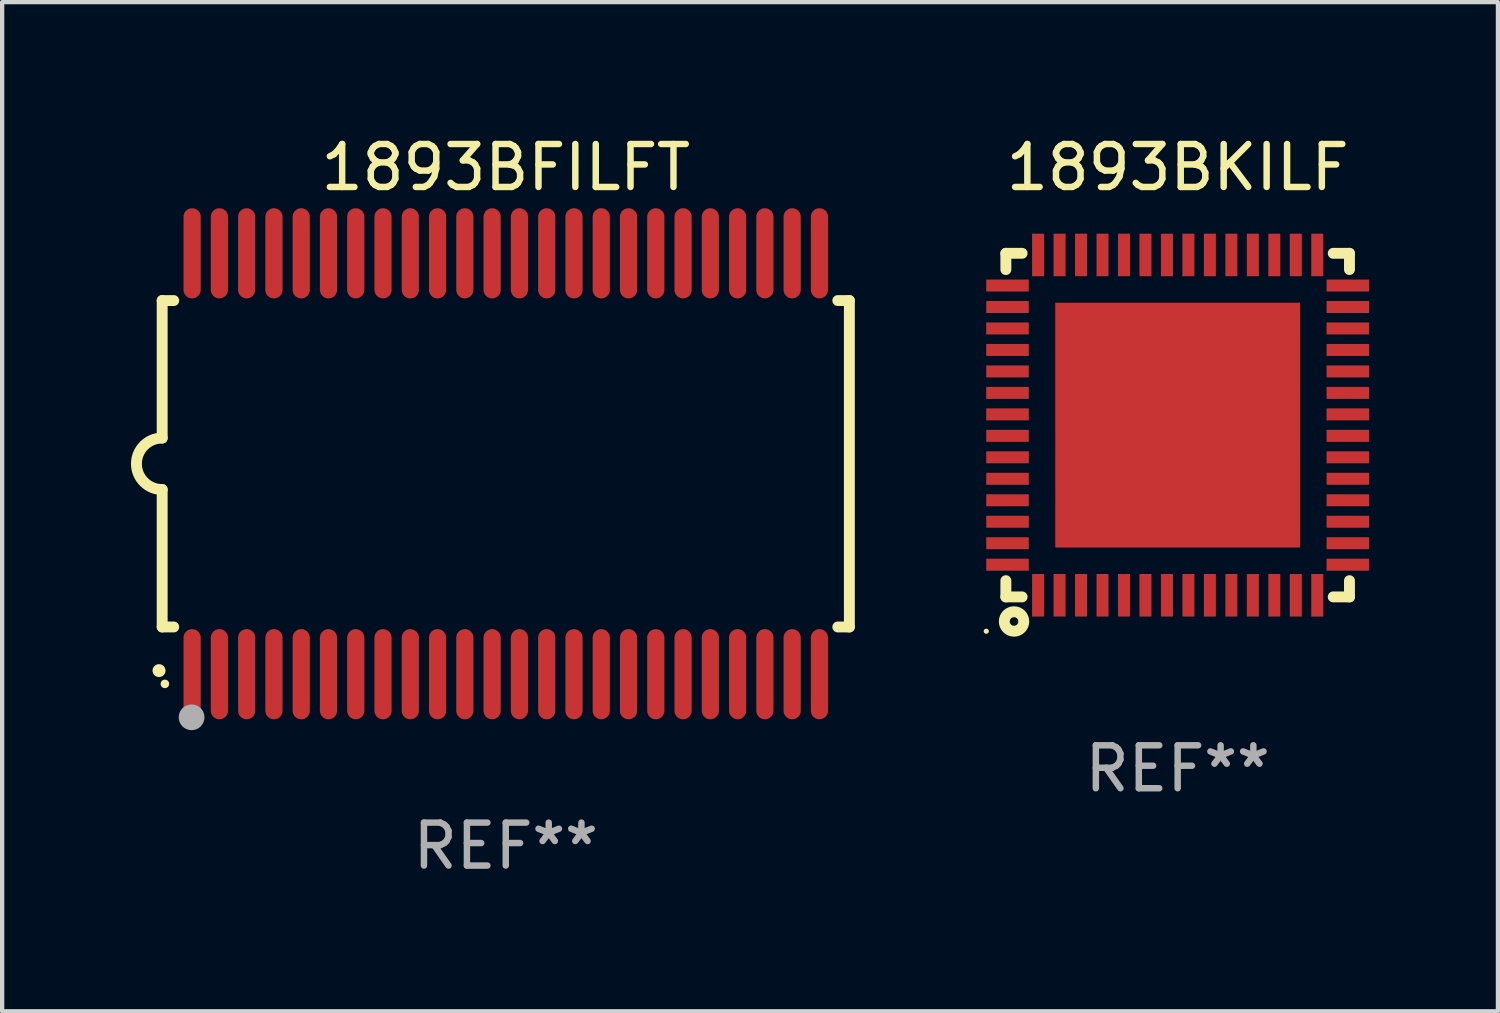
<source format=kicad_pcb>
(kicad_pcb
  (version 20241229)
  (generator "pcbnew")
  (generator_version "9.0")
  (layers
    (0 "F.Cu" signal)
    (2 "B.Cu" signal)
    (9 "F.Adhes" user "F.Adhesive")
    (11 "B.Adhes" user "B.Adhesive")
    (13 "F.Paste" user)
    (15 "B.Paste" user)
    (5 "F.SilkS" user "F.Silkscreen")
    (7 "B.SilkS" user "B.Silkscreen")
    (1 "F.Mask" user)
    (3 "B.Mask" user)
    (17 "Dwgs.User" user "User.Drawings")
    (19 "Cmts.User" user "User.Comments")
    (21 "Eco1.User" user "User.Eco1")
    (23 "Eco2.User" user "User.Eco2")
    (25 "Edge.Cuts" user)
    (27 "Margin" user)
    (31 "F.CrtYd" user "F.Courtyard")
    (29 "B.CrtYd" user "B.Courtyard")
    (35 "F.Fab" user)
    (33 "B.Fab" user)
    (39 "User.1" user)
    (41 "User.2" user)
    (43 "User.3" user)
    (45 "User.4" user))
  (footprint "1893BFILFT"
    (layer "F.Cu")
    (at 8.726 7.748)
    (property "Reference" "1893BFILFT" (at 0 -6.9 0) (layer "F.SilkS") (effects (font (size 1 1) (thickness 0.15))))
    (attr through_hole)
    (fp_line (start -8 -3.8) (end -8 -0.599) (stroke (width 0.254) (type solid)) (layer "F.SilkS"))
    (fp_line (start -8 -3.8) (end -7.731 -3.8) (stroke (width 0.254) (type solid)) (layer "F.SilkS"))
    (fp_line (start -8 3.8) (end -8 0.599) (stroke (width 0.254) (type solid)) (layer "F.SilkS"))
    (fp_line (start -7.731 3.8) (end -8 3.8) (stroke (width 0.254) (type solid)) (layer "F.SilkS"))
    (fp_line (start 7.731 -3.8) (end 8 -3.8) (stroke (width 0.254) (type solid)) (layer "F.SilkS"))
    (fp_line (start 8 -3.8) (end 8 3.8) (stroke (width 0.254) (type solid)) (layer "F.SilkS"))
    (fp_line (start 8 3.8) (end 7.731 3.8) (stroke (width 0.254) (type solid)) (layer "F.SilkS"))
    (fp_arc (start -8.074676 4.81585) (mid -8.073406 4.815845) (end -8.072136 4.81585) (stroke (width 0.3) (type solid)) (layer "F.SilkS"))
    (fp_arc (start -8.000025 0.6) (mid -8.598908 0.00056) (end -8.000027 -0.598882) (stroke (width 0.254001) (type solid)) (layer "F.SilkS"))
    (fp_circle (center -7.937 5.125) (end -7.887 5.125) (stroke (width 0.1) (type solid)) (fill no) (layer "F.SilkS"))
    (fp_circle (center -7.315 5.903) (end -7.165 5.903) (stroke (width 0.3) (type solid)) (fill no) (layer "F.Fab"))
    (fp_text user "REF**" (at 0 8.9 0) (layer "F.Fab") (effects (font (size 1 1) (thickness 0.15))))
    (pad "1" smd oval (at -7.303 4.9) (size 0.4 2.1) (layers "F.Cu" "F.Mask" "F.Paste"))
    (pad "2" smd oval (at -6.668 4.9) (size 0.4 2.1) (layers "F.Cu" "F.Mask" "F.Paste"))
    (pad "3" smd oval (at -6.033 4.9) (size 0.4 2.1) (layers "F.Cu" "F.Mask" "F.Paste"))
    (pad "4" smd oval (at -5.398 4.9) (size 0.4 2.1) (layers "F.Cu" "F.Mask" "F.Paste"))
    (pad "5" smd oval (at -4.763 4.9) (size 0.4 2.1) (layers "F.Cu" "F.Mask" "F.Paste"))
    (pad "6" smd oval (at -4.128 4.9) (size 0.4 2.1) (layers "F.Cu" "F.Mask" "F.Paste"))
    (pad "7" smd oval (at -3.493 4.9) (size 0.4 2.1) (layers "F.Cu" "F.Mask" "F.Paste"))
    (pad "8" smd oval (at -2.858 4.9) (size 0.4 2.1) (layers "F.Cu" "F.Mask" "F.Paste"))
    (pad "9" smd oval (at -2.223 4.9) (size 0.4 2.1) (layers "F.Cu" "F.Mask" "F.Paste"))
    (pad "10" smd oval (at -1.588 4.9) (size 0.4 2.1) (layers "F.Cu" "F.Mask" "F.Paste"))
    (pad "11" smd oval (at -0.953 4.9) (size 0.4 2.1) (layers "F.Cu" "F.Mask" "F.Paste"))
    (pad "12" smd oval (at -0.318 4.9) (size 0.4 2.1) (layers "F.Cu" "F.Mask" "F.Paste"))
    (pad "13" smd oval (at 0.318 4.9) (size 0.4 2.1) (layers "F.Cu" "F.Mask" "F.Paste"))
    (pad "14" smd oval (at 0.953 4.9) (size 0.4 2.1) (layers "F.Cu" "F.Mask" "F.Paste"))
    (pad "15" smd oval (at 1.588 4.9) (size 0.4 2.1) (layers "F.Cu" "F.Mask" "F.Paste"))
    (pad "16" smd oval (at 2.223 4.9) (size 0.4 2.1) (layers "F.Cu" "F.Mask" "F.Paste"))
    (pad "17" smd oval (at 2.858 4.9) (size 0.4 2.1) (layers "F.Cu" "F.Mask" "F.Paste"))
    (pad "18" smd oval (at 3.493 4.9) (size 0.4 2.1) (layers "F.Cu" "F.Mask" "F.Paste"))
    (pad "19" smd oval (at 4.128 4.9) (size 0.4 2.1) (layers "F.Cu" "F.Mask" "F.Paste"))
    (pad "20" smd oval (at 4.763 4.9) (size 0.4 2.1) (layers "F.Cu" "F.Mask" "F.Paste"))
    (pad "21" smd oval (at 5.398 4.9) (size 0.4 2.1) (layers "F.Cu" "F.Mask" "F.Paste"))
    (pad "22" smd oval (at 6.033 4.9) (size 0.4 2.1) (layers "F.Cu" "F.Mask" "F.Paste"))
    (pad "23" smd oval (at 6.668 4.9) (size 0.4 2.1) (layers "F.Cu" "F.Mask" "F.Paste"))
    (pad "24" smd oval (at 7.303 4.9) (size 0.4 2.1) (layers "F.Cu" "F.Mask" "F.Paste"))
    (pad "25" smd oval (at 7.303 -4.9 180) (size 0.4 2.1) (layers "F.Cu" "F.Mask" "F.Paste"))
    (pad "26" smd oval (at 6.668 -4.9 180) (size 0.4 2.1) (layers "F.Cu" "F.Mask" "F.Paste"))
    (pad "27" smd oval (at 6.033 -4.9 180) (size 0.4 2.1) (layers "F.Cu" "F.Mask" "F.Paste"))
    (pad "28" smd oval (at 5.398 -4.9 180) (size 0.4 2.1) (layers "F.Cu" "F.Mask" "F.Paste"))
    (pad "29" smd oval (at 4.763 -4.9 180) (size 0.4 2.1) (layers "F.Cu" "F.Mask" "F.Paste"))
    (pad "30" smd oval (at 4.128 -4.9 180) (size 0.4 2.1) (layers "F.Cu" "F.Mask" "F.Paste"))
    (pad "31" smd oval (at 3.493 -4.9 180) (size 0.4 2.1) (layers "F.Cu" "F.Mask" "F.Paste"))
    (pad "32" smd oval (at 2.858 -4.9 180) (size 0.4 2.1) (layers "F.Cu" "F.Mask" "F.Paste"))
    (pad "33" smd oval (at 2.223 -4.9 180) (size 0.4 2.1) (layers "F.Cu" "F.Mask" "F.Paste"))
    (pad "34" smd oval (at 1.588 -4.9 180) (size 0.4 2.1) (layers "F.Cu" "F.Mask" "F.Paste"))
    (pad "35" smd oval (at 0.953 -4.9 180) (size 0.4 2.1) (layers "F.Cu" "F.Mask" "F.Paste"))
    (pad "36" smd oval (at 0.318 -4.9 180) (size 0.4 2.1) (layers "F.Cu" "F.Mask" "F.Paste"))
    (pad "37" smd oval (at -0.318 -4.9 180) (size 0.4 2.1) (layers "F.Cu" "F.Mask" "F.Paste"))
    (pad "38" smd oval (at -0.953 -4.9 180) (size 0.4 2.1) (layers "F.Cu" "F.Mask" "F.Paste"))
    (pad "39" smd oval (at -1.588 -4.9 180) (size 0.4 2.1) (layers "F.Cu" "F.Mask" "F.Paste"))
    (pad "40" smd oval (at -2.223 -4.9 180) (size 0.4 2.1) (layers "F.Cu" "F.Mask" "F.Paste"))
    (pad "41" smd oval (at -2.858 -4.9 180) (size 0.4 2.1) (layers "F.Cu" "F.Mask" "F.Paste"))
    (pad "42" smd oval (at -3.493 -4.9 180) (size 0.4 2.1) (layers "F.Cu" "F.Mask" "F.Paste"))
    (pad "43" smd oval (at -4.128 -4.9 180) (size 0.4 2.1) (layers "F.Cu" "F.Mask" "F.Paste"))
    (pad "44" smd oval (at -4.763 -4.9 180) (size 0.4 2.1) (layers "F.Cu" "F.Mask" "F.Paste"))
    (pad "45" smd oval (at -5.398 -4.9 180) (size 0.4 2.1) (layers "F.Cu" "F.Mask" "F.Paste"))
    (pad "46" smd oval (at -6.033 -4.9 180) (size 0.4 2.1) (layers "F.Cu" "F.Mask" "F.Paste"))
    (pad "47" smd oval (at -6.668 -4.9 180) (size 0.4 2.1) (layers "F.Cu" "F.Mask" "F.Paste"))
    (pad "48" smd oval (at -7.303 -4.9 180) (size 0.4 2.1) (layers "F.Cu" "F.Mask" "F.Paste")))
  (footprint "1893BKILF"
    (layer "F.Cu")
    (at 24.37 6.848)
    (property "Reference" "1893BKILF" (at 0 -6 0) (layer "F.SilkS") (effects (font (size 1 1) (thickness 0.15))))
    (attr through_hole)
    (fp_line (start -4 -4) (end -3.622 -4) (stroke (width 0.254) (type solid)) (layer "F.SilkS"))
    (fp_line (start -4 -3.622) (end -4 -4) (stroke (width 0.254) (type solid)) (layer "F.SilkS"))
    (fp_line (start -4 4) (end -4 3.622) (stroke (width 0.254) (type solid)) (layer "F.SilkS"))
    (fp_line (start -4 4) (end -3.622 4) (stroke (width 0.254) (type solid)) (layer "F.SilkS"))
    (fp_line (start 3.622 -4) (end 4 -4) (stroke (width 0.254) (type solid)) (layer "F.SilkS"))
    (fp_line (start 3.622 4) (end 4 4) (stroke (width 0.254) (type solid)) (layer "F.SilkS"))
    (fp_line (start 4 -4) (end 4 -3.622) (stroke (width 0.254) (type solid)) (layer "F.SilkS"))
    (fp_line (start 4 3.622) (end 4 4) (stroke (width 0.254) (type solid)) (layer "F.SilkS"))
    (fp_circle (center -4.457 4.799) (end -4.427 4.799) (stroke (width 0.06) (type solid)) (fill no) (layer "F.SilkS"))
    (fp_circle (center -3.81 4.572) (end -3.71 4.572) (stroke (width 0.254) (type solid)) (fill no) (layer "F.SilkS"))
    (fp_text user "REF**" (at 0 8 0) (layer "F.Fab") (effects (font (size 1 1) (thickness 0.15))))
    (pad "1" smd rect (at -3.25 3.962 90) (size 0.991 0.279) (layers "F.Cu" "F.Mask" "F.Paste"))
    (pad "2" smd rect (at -2.75 3.962 90) (size 0.991 0.279) (layers "F.Cu" "F.Mask" "F.Paste"))
    (pad "3" smd rect (at -2.25 3.962 90) (size 0.991 0.279) (layers "F.Cu" "F.Mask" "F.Paste"))
    (pad "4" smd rect (at -1.75 3.962 90) (size 0.991 0.279) (layers "F.Cu" "F.Mask" "F.Paste"))
    (pad "5" smd rect (at -1.25 3.962 90) (size 0.991 0.279) (layers "F.Cu" "F.Mask" "F.Paste"))
    (pad "6" smd rect (at -0.75 3.962 90) (size 0.991 0.279) (layers "F.Cu" "F.Mask" "F.Paste"))
    (pad "7" smd rect (at -0.25 3.962 90) (size 0.991 0.279) (layers "F.Cu" "F.Mask" "F.Paste"))
    (pad "8" smd rect (at 0.25 3.962 90) (size 0.991 0.279) (layers "F.Cu" "F.Mask" "F.Paste"))
    (pad "9" smd rect (at 0.75 3.962 90) (size 0.991 0.279) (layers "F.Cu" "F.Mask" "F.Paste"))
    (pad "10" smd rect (at 1.25 3.962 90) (size 0.991 0.279) (layers "F.Cu" "F.Mask" "F.Paste"))
    (pad "11" smd rect (at 1.75 3.962 90) (size 0.991 0.279) (layers "F.Cu" "F.Mask" "F.Paste"))
    (pad "12" smd rect (at 2.25 3.962 90) (size 0.991 0.279) (layers "F.Cu" "F.Mask" "F.Paste"))
    (pad "13" smd rect (at 2.75 3.962 90) (size 0.991 0.279) (layers "F.Cu" "F.Mask" "F.Paste"))
    (pad "14" smd rect (at 3.25 3.962 90) (size 0.991 0.279) (layers "F.Cu" "F.Mask" "F.Paste"))
    (pad "15" smd rect (at 3.962 3.25 90) (size 0.279 0.991) (layers "F.Cu" "F.Mask" "F.Paste"))
    (pad "16" smd rect (at 3.962 2.75 90) (size 0.279 0.991) (layers "F.Cu" "F.Mask" "F.Paste"))
    (pad "17" smd rect (at 3.962 2.25 90) (size 0.279 0.991) (layers "F.Cu" "F.Mask" "F.Paste"))
    (pad "18" smd rect (at 3.962 1.75 90) (size 0.279 0.991) (layers "F.Cu" "F.Mask" "F.Paste"))
    (pad "19" smd rect (at 3.962 1.25 90) (size 0.279 0.991) (layers "F.Cu" "F.Mask" "F.Paste"))
    (pad "20" smd rect (at 3.962 0.75 90) (size 0.279 0.991) (layers "F.Cu" "F.Mask" "F.Paste"))
    (pad "21" smd rect (at 3.962 0.25 90) (size 0.279 0.991) (layers "F.Cu" "F.Mask" "F.Paste"))
    (pad "22" smd rect (at 3.962 -0.25 90) (size 0.279 0.991) (layers "F.Cu" "F.Mask" "F.Paste"))
    (pad "23" smd rect (at 3.962 -0.75 90) (size 0.279 0.991) (layers "F.Cu" "F.Mask" "F.Paste"))
    (pad "24" smd rect (at 3.962 -1.25 90) (size 0.279 0.991) (layers "F.Cu" "F.Mask" "F.Paste"))
    (pad "25" smd rect (at 3.962 -1.75 90) (size 0.279 0.991) (layers "F.Cu" "F.Mask" "F.Paste"))
    (pad "26" smd rect (at 3.962 -2.25 90) (size 0.279 0.991) (layers "F.Cu" "F.Mask" "F.Paste"))
    (pad "27" smd rect (at 3.962 -2.75 90) (size 0.279 0.991) (layers "F.Cu" "F.Mask" "F.Paste"))
    (pad "28" smd rect (at 3.962 -3.25 90) (size 0.279 0.991) (layers "F.Cu" "F.Mask" "F.Paste"))
    (pad "29" smd rect (at 3.25 -3.962 90) (size 0.991 0.279) (layers "F.Cu" "F.Mask" "F.Paste"))
    (pad "30" smd rect (at 2.75 -3.962 90) (size 0.991 0.279) (layers "F.Cu" "F.Mask" "F.Paste"))
    (pad "31" smd rect (at 2.25 -3.962 90) (size 0.991 0.279) (layers "F.Cu" "F.Mask" "F.Paste"))
    (pad "32" smd rect (at 1.75 -3.962 90) (size 0.991 0.279) (layers "F.Cu" "F.Mask" "F.Paste"))
    (pad "33" smd rect (at 1.25 -3.962 90) (size 0.991 0.279) (layers "F.Cu" "F.Mask" "F.Paste"))
    (pad "34" smd rect (at 0.75 -3.962 90) (size 0.991 0.279) (layers "F.Cu" "F.Mask" "F.Paste"))
    (pad "35" smd rect (at 0.25 -3.962 90) (size 0.991 0.279) (layers "F.Cu" "F.Mask" "F.Paste"))
    (pad "36" smd rect (at -0.25 -3.962 90) (size 0.991 0.279) (layers "F.Cu" "F.Mask" "F.Paste"))
    (pad "37" smd rect (at -0.75 -3.962 90) (size 0.991 0.279) (layers "F.Cu" "F.Mask" "F.Paste"))
    (pad "38" smd rect (at -1.25 -3.962 90) (size 0.991 0.279) (layers "F.Cu" "F.Mask" "F.Paste"))
    (pad "39" smd rect (at -1.75 -3.962 90) (size 0.991 0.279) (layers "F.Cu" "F.Mask" "F.Paste"))
    (pad "40" smd rect (at -2.25 -3.962 90) (size 0.991 0.279) (layers "F.Cu" "F.Mask" "F.Paste"))
    (pad "41" smd rect (at -2.75 -3.962 90) (size 0.991 0.279) (layers "F.Cu" "F.Mask" "F.Paste"))
    (pad "42" smd rect (at -3.25 -3.962 90) (size 0.991 0.279) (layers "F.Cu" "F.Mask" "F.Paste"))
    (pad "43" smd rect (at -3.962 -3.25 90) (size 0.279 0.991) (layers "F.Cu" "F.Mask" "F.Paste"))
    (pad "44" smd rect (at -3.962 -2.75 90) (size 0.279 0.991) (layers "F.Cu" "F.Mask" "F.Paste"))
    (pad "45" smd rect (at -3.962 -2.25 90) (size 0.279 0.991) (layers "F.Cu" "F.Mask" "F.Paste"))
    (pad "46" smd rect (at -3.962 -1.75 90) (size 0.279 0.991) (layers "F.Cu" "F.Mask" "F.Paste"))
    (pad "47" smd rect (at -3.962 -1.25 90) (size 0.279 0.991) (layers "F.Cu" "F.Mask" "F.Paste"))
    (pad "48" smd rect (at -3.962 -0.75 90) (size 0.279 0.991) (layers "F.Cu" "F.Mask" "F.Paste"))
    (pad "49" smd rect (at -3.962 -0.25 90) (size 0.279 0.991) (layers "F.Cu" "F.Mask" "F.Paste"))
    (pad "50" smd rect (at -3.962 0.25 90) (size 0.279 0.991) (layers "F.Cu" "F.Mask" "F.Paste"))
    (pad "51" smd rect (at -3.962 0.75 90) (size 0.279 0.991) (layers "F.Cu" "F.Mask" "F.Paste"))
    (pad "52" smd rect (at -3.962 1.25 90) (size 0.279 0.991) (layers "F.Cu" "F.Mask" "F.Paste"))
    (pad "53" smd rect (at -3.962 1.75 90) (size 0.279 0.991) (layers "F.Cu" "F.Mask" "F.Paste"))
    (pad "54" smd rect (at -3.962 2.25 90) (size 0.279 0.991) (layers "F.Cu" "F.Mask" "F.Paste"))
    (pad "55" smd rect (at -3.962 2.75 90) (size 0.279 0.991) (layers "F.Cu" "F.Mask" "F.Paste"))
    (pad "56" smd rect (at -3.962 3.25 90) (size 0.279 0.991) (layers "F.Cu" "F.Mask" "F.Paste"))
    (pad "57" smd rect (at 0 0 90) (size 5.7 5.7) (layers "F.Cu" "F.Mask" "F.Paste")))
  (gr_rect
    (start -3 -3)
    (end 31.827 20.496)
    (stroke (width 0.1) (type default))
    (fill no)
    (layer "Edge.Cuts")))
</source>
